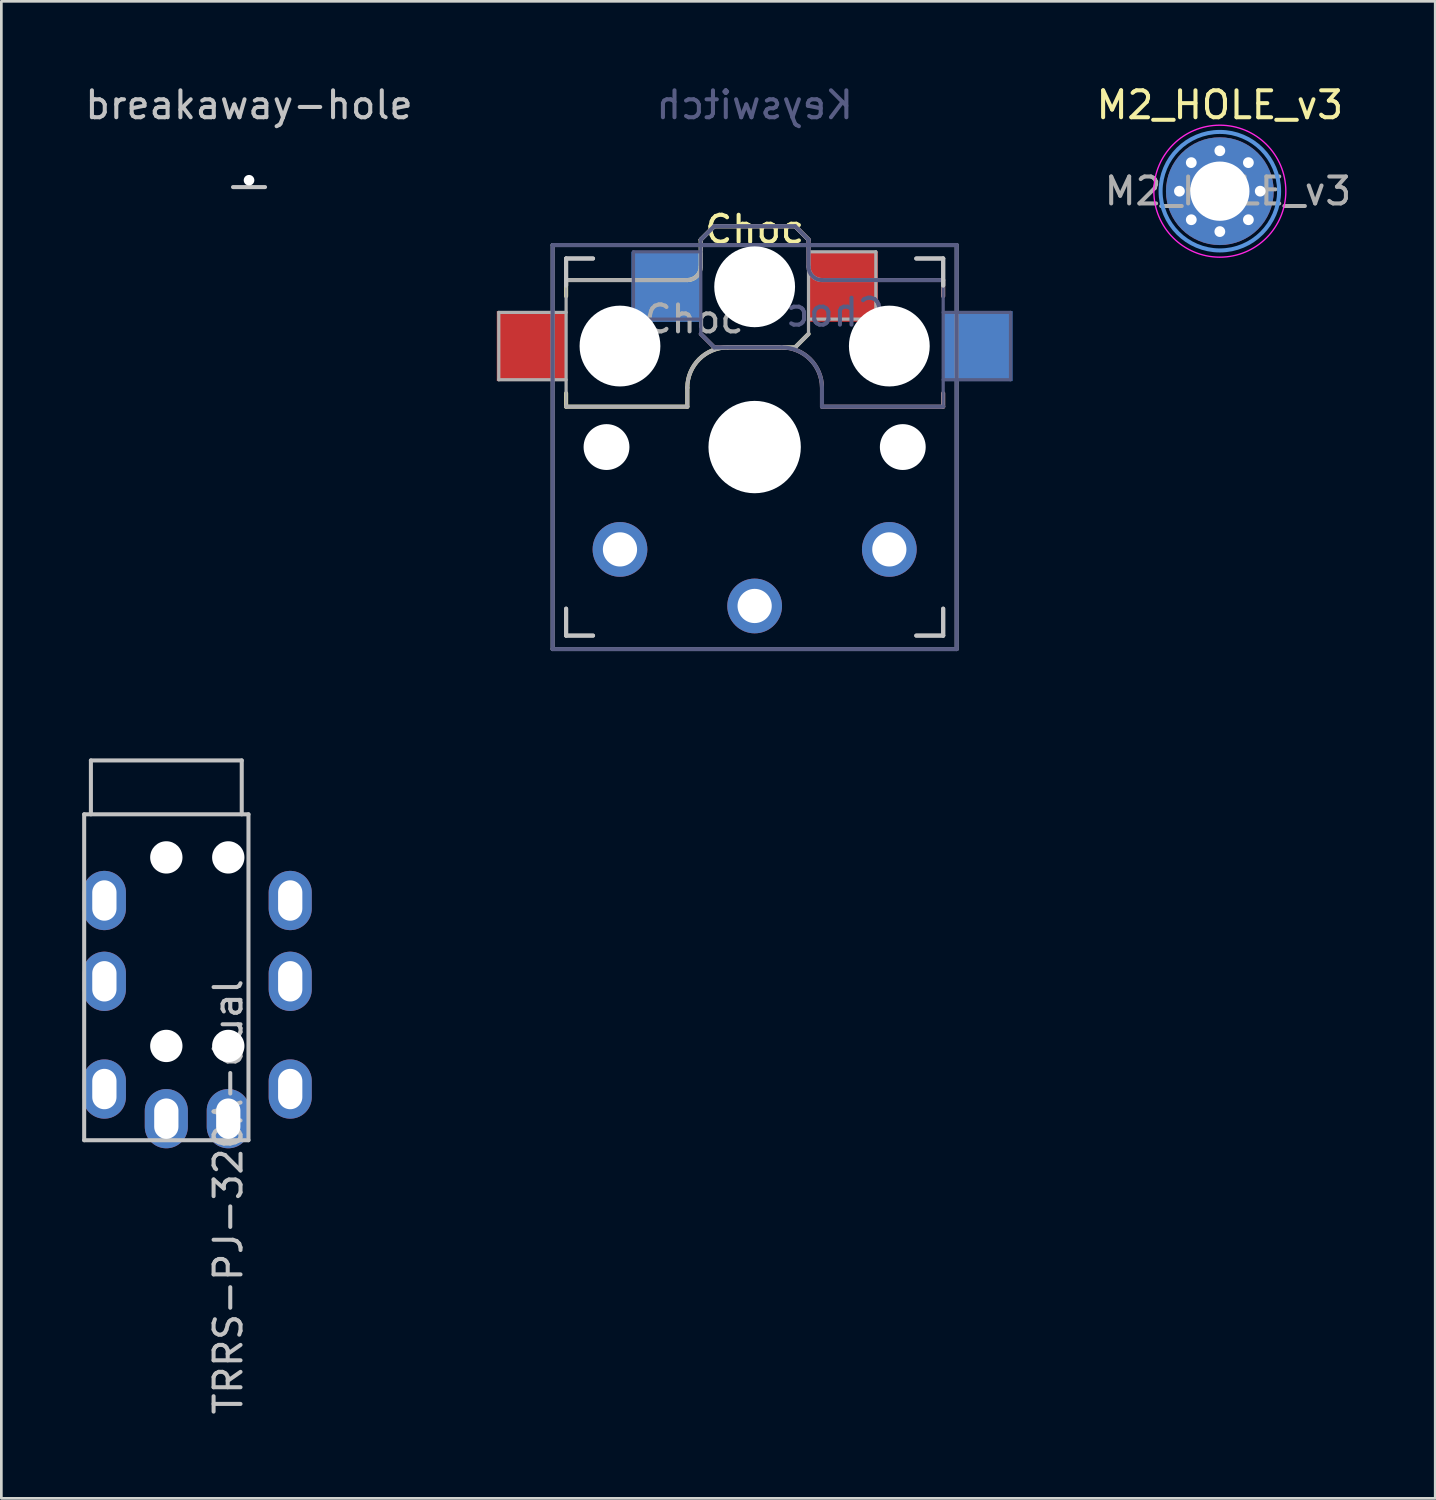
<source format=kicad_pcb>
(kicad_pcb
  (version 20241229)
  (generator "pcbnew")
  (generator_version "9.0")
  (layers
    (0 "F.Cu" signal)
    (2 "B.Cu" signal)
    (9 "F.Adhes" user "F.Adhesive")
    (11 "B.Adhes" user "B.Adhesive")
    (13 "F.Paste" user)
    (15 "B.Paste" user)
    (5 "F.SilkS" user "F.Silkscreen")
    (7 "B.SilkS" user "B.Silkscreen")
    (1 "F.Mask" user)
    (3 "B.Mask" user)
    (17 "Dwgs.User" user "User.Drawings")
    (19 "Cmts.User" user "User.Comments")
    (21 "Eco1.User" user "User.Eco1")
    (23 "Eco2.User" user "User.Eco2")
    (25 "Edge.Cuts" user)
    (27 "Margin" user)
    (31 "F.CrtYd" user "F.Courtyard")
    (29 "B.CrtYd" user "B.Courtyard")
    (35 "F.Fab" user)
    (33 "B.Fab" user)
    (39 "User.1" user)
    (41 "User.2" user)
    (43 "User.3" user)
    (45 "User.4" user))
  (footprint "Choc"
    (layer "F.Cu")
    (at 24.968 18.628)
    (property "Reference" "Choc" (at 0 -13.16 0) (layer "F.SilkS") (effects (font (size 1 1) (thickness 0.15))))
    (property "Value" "Keyswitch" (at 0 -4.66 0) (layer "Cmts.User") (hide yes) (effects (font (size 1 1) (thickness 0.15))))
    (attr through_hole)
    (fp_line (start -7 -11.28) (end -2.5 -11.28) (stroke (width 0.15) (type solid)) (layer "F.SilkS"))
    (fp_line (start -7 -10.68) (end -7 -11.28) (stroke (width 0.15) (type solid)) (layer "F.SilkS"))
    (fp_line (start -7 -6.58) (end -7 -7.08) (stroke (width 0.15) (type solid)) (layer "F.SilkS"))
    (fp_line (start -2.5 -7.28) (end -2.5 -6.58) (stroke (width 0.15) (type solid)) (layer "F.SilkS"))
    (fp_line (start -2.5 -6.58) (end -7 -6.58) (stroke (width 0.15) (type solid)) (layer "F.SilkS"))
    (fp_line (start -2 -11.78) (end -2 -12.78) (stroke (width 0.15) (type solid)) (layer "F.SilkS"))
    (fp_line (start -1.5 -13.28) (end -2 -12.78) (stroke (width 0.15) (type solid)) (layer "F.SilkS"))
    (fp_line (start 1.5 -13.28) (end -1.5 -13.28) (stroke (width 0.15) (type solid)) (layer "F.SilkS"))
    (fp_line (start 1.5 -8.78) (end -1 -8.78) (stroke (width 0.15) (type solid)) (layer "F.SilkS"))
    (fp_line (start 2 -12.78) (end 1.5 -13.28) (stroke (width 0.15) (type solid)) (layer "F.SilkS"))
    (fp_line (start 2 -9.28) (end 1.5 -8.78) (stroke (width 0.15) (type solid)) (layer "F.SilkS"))
    (fp_arc (start -2.5 -7.28) (mid -2.06066 -8.34066) (end -1 -8.78) (stroke (width 0.15) (type solid)) (layer "F.SilkS"))
    (fp_arc (start -2 -11.78) (mid -2.146447 -11.426447) (end -2.5 -11.28) (stroke (width 0.15) (type solid)) (layer "F.SilkS"))
    (fp_line (start -2 -12.78) (end -1.5 -13.28) (stroke (width 0.15) (type solid)) (layer "B.SilkS"))
    (fp_line (start -2 -9.28) (end -1.5 -8.78) (stroke (width 0.15) (type solid)) (layer "B.SilkS"))
    (fp_line (start -1.5 -13.28) (end 1.5 -13.28) (stroke (width 0.15) (type solid)) (layer "B.SilkS"))
    (fp_line (start -1.5 -8.78) (end 1 -8.78) (stroke (width 0.15) (type solid)) (layer "B.SilkS"))
    (fp_line (start 1.5 -13.28) (end 2 -12.78) (stroke (width 0.15) (type solid)) (layer "B.SilkS"))
    (fp_line (start 2 -11.78) (end 2 -12.78) (stroke (width 0.15) (type solid)) (layer "B.SilkS"))
    (fp_line (start 2.5 -7.28) (end 2.5 -6.58) (stroke (width 0.15) (type solid)) (layer "B.SilkS"))
    (fp_line (start 2.5 -6.58) (end 7 -6.58) (stroke (width 0.15) (type solid)) (layer "B.SilkS"))
    (fp_line (start 7 -11.28) (end 2.5 -11.28) (stroke (width 0.15) (type solid)) (layer "B.SilkS"))
    (fp_line (start 7 -10.68) (end 7 -11.28) (stroke (width 0.15) (type solid)) (layer "B.SilkS"))
    (fp_line (start 7 -6.58) (end 7 -7.08) (stroke (width 0.15) (type solid)) (layer "B.SilkS"))
    (fp_arc (start 1 -8.78) (mid 2.06066 -8.34066) (end 2.5 -7.28) (stroke (width 0.15) (type solid)) (layer "B.SilkS"))
    (fp_arc (start 2.5 -11.28) (mid 2.146447 -11.426447) (end 2 -11.78) (stroke (width 0.15) (type solid)) (layer "B.SilkS"))
    (fp_line (start -7 -12.08) (end -6 -12.08) (stroke (width 0.15) (type solid)) (layer "Dwgs.User"))
    (fp_line (start -7 -12.08) (end -6 -12.08) (stroke (width 0.15) (type solid)) (layer "Dwgs.User"))
    (fp_line (start -7 -11.08) (end -7 -12.08) (stroke (width 0.15) (type solid)) (layer "Dwgs.User"))
    (fp_line (start -7 -11.08) (end -7 -12.08) (stroke (width 0.15) (type solid)) (layer "Dwgs.User"))
    (fp_line (start -7 1.92) (end -7 0.92) (stroke (width 0.15) (type solid)) (layer "Dwgs.User"))
    (fp_line (start -7 1.92) (end -7 0.92) (stroke (width 0.15) (type solid)) (layer "Dwgs.User"))
    (fp_line (start -6 1.92) (end -7 1.92) (stroke (width 0.15) (type solid)) (layer "Dwgs.User"))
    (fp_line (start -6 1.92) (end -7 1.92) (stroke (width 0.15) (type solid)) (layer "Dwgs.User"))
    (fp_line (start 6 -12.08) (end 7 -12.08) (stroke (width 0.15) (type solid)) (layer "Dwgs.User"))
    (fp_line (start 6 -12.08) (end 7 -12.08) (stroke (width 0.15) (type solid)) (layer "Dwgs.User"))
    (fp_line (start 7 -12.08) (end 7 -11.08) (stroke (width 0.15) (type solid)) (layer "Dwgs.User"))
    (fp_line (start 7 -12.08) (end 7 -11.08) (stroke (width 0.15) (type solid)) (layer "Dwgs.User"))
    (fp_line (start 7 0.92) (end 7 1.92) (stroke (width 0.15) (type solid)) (layer "Dwgs.User"))
    (fp_line (start 7 0.92) (end 7 1.92) (stroke (width 0.15) (type solid)) (layer "Dwgs.User"))
    (fp_line (start 7 1.92) (end 6 1.92) (stroke (width 0.15) (type solid)) (layer "Dwgs.User"))
    (fp_line (start 7 1.92) (end 6 1.92) (stroke (width 0.15) (type solid)) (layer "Dwgs.User"))
    (fp_line (start -6.9 1.82) (end -6.9 -11.98) (stroke (width 0.15) (type solid)) (layer "Eco2.User"))
    (fp_line (start -6.9 1.82) (end 6.9 1.82) (stroke (width 0.15) (type solid)) (layer "Eco2.User"))
    (fp_line (start -2.6 -8.18) (end -2.6 -11.38) (stroke (width 0.15) (type solid)) (layer "Eco2.User"))
    (fp_line (start -2.6 -8.18) (end 2.6 -8.18) (stroke (width 0.15) (type solid)) (layer "Eco2.User"))
    (fp_line (start 2.6 -11.38) (end -2.6 -11.38) (stroke (width 0.15) (type solid)) (layer "Eco2.User"))
    (fp_line (start 2.6 -8.18) (end 2.6 -11.38) (stroke (width 0.15) (type solid)) (layer "Eco2.User"))
    (fp_line (start 6.9 -11.98) (end -6.9 -11.98) (stroke (width 0.15) (type solid)) (layer "Eco2.User"))
    (fp_line (start 6.9 -11.98) (end 6.9 1.82) (stroke (width 0.15) (type solid)) (layer "Eco2.User"))
    (fp_line (start -7.5 -12.58) (end 7.5 -12.58) (stroke (width 0.15) (type solid)) (layer "B.Fab"))
    (fp_line (start -7.5 2.42) (end -7.5 -12.58) (stroke (width 0.15) (type solid)) (layer "B.Fab"))
    (fp_line (start -4.5 -12.33) (end -2 -12.33) (stroke (width 0.12) (type solid)) (layer "B.Fab"))
    (fp_line (start -4.5 -9.83) (end -4.5 -12.33) (stroke (width 0.12) (type solid)) (layer "B.Fab"))
    (fp_line (start -2 -12.78) (end -1.5 -13.28) (stroke (width 0.15) (type solid)) (layer "B.Fab"))
    (fp_line (start -2 -9.83) (end -4.5 -9.83) (stroke (width 0.12) (type solid)) (layer "B.Fab"))
    (fp_line (start -2 -9.33) (end -2 -12.78) (stroke (width 0.12) (type solid)) (layer "B.Fab"))
    (fp_line (start -2 -9.28) (end -1.5 -8.78) (stroke (width 0.15) (type solid)) (layer "B.Fab"))
    (fp_line (start -1.5 -13.28) (end 1.5 -13.28) (stroke (width 0.15) (type solid)) (layer "B.Fab"))
    (fp_line (start -1.5 -8.78) (end 1 -8.78) (stroke (width 0.15) (type solid)) (layer "B.Fab"))
    (fp_line (start 1.5 -13.28) (end 2 -12.78) (stroke (width 0.15) (type solid)) (layer "B.Fab"))
    (fp_line (start 2 -11.78) (end 2 -12.78) (stroke (width 0.15) (type solid)) (layer "B.Fab"))
    (fp_line (start 2.5 -7.28) (end 2.5 -6.58) (stroke (width 0.15) (type solid)) (layer "B.Fab"))
    (fp_line (start 2.5 -6.58) (end 7 -6.58) (stroke (width 0.15) (type solid)) (layer "B.Fab"))
    (fp_line (start 7 -11.28) (end 2.5 -11.28) (stroke (width 0.15) (type solid)) (layer "B.Fab"))
    (fp_line (start 7 -10.08) (end 9.5 -10.08) (stroke (width 0.12) (type solid)) (layer "B.Fab"))
    (fp_line (start 7 -6.58) (end 7 -11.28) (stroke (width 0.12) (type solid)) (layer "B.Fab"))
    (fp_line (start 7.5 -12.58) (end 7.5 2.42) (stroke (width 0.15) (type solid)) (layer "B.Fab"))
    (fp_line (start 7.5 2.42) (end -7.5 2.42) (stroke (width 0.15) (type solid)) (layer "B.Fab"))
    (fp_line (start 9.5 -10.08) (end 9.5 -7.58) (stroke (width 0.12) (type solid)) (layer "B.Fab"))
    (fp_line (start 9.5 -7.58) (end 7 -7.58) (stroke (width 0.12) (type solid)) (layer "B.Fab"))
    (fp_arc (start 1 -8.78) (mid 2.06066 -8.34066) (end 2.5 -7.28) (stroke (width 0.15) (type solid)) (layer "B.Fab"))
    (fp_arc (start 2.5 -11.28) (mid 2.146447 -11.426447) (end 2 -11.78) (stroke (width 0.15) (type solid)) (layer "B.Fab"))
    (fp_line (start -9.5 -10.08) (end -9.5 -7.58) (stroke (width 0.12) (type solid)) (layer "F.Fab"))
    (fp_line (start -9.5 -7.58) (end -7 -7.58) (stroke (width 0.12) (type solid)) (layer "F.Fab"))
    (fp_line (start -7.5 -12.58) (end 7.5 -12.58) (stroke (width 0.15) (type solid)) (layer "F.Fab"))
    (fp_line (start -7.5 2.42) (end -7.5 -12.58) (stroke (width 0.15) (type solid)) (layer "F.Fab"))
    (fp_line (start -7 -11.28) (end -2.5 -11.28) (stroke (width 0.15) (type solid)) (layer "F.Fab"))
    (fp_line (start -7 -10.08) (end -9.5 -10.08) (stroke (width 0.12) (type solid)) (layer "F.Fab"))
    (fp_line (start -7 -6.58) (end -7 -11.28) (stroke (width 0.12) (type solid)) (layer "F.Fab"))
    (fp_line (start -2.5 -7.28) (end -2.5 -6.58) (stroke (width 0.15) (type solid)) (layer "F.Fab"))
    (fp_line (start -2.5 -6.58) (end -7 -6.58) (stroke (width 0.15) (type solid)) (layer "F.Fab"))
    (fp_line (start -2 -11.78) (end -2 -12.78) (stroke (width 0.15) (type solid)) (layer "F.Fab"))
    (fp_line (start -1.5 -13.28) (end -2 -12.78) (stroke (width 0.15) (type solid)) (layer "F.Fab"))
    (fp_line (start 1.5 -13.28) (end -1.5 -13.28) (stroke (width 0.15) (type solid)) (layer "F.Fab"))
    (fp_line (start 1.5 -8.78) (end -1 -8.78) (stroke (width 0.15) (type solid)) (layer "F.Fab"))
    (fp_line (start 2 -12.78) (end 1.5 -13.28) (stroke (width 0.15) (type solid)) (layer "F.Fab"))
    (fp_line (start 2 -9.83) (end 4.5 -9.83) (stroke (width 0.12) (type solid)) (layer "F.Fab"))
    (fp_line (start 2 -9.33) (end 2 -12.78) (stroke (width 0.12) (type solid)) (layer "F.Fab"))
    (fp_line (start 2 -9.28) (end 1.5 -8.78) (stroke (width 0.15) (type solid)) (layer "F.Fab"))
    (fp_line (start 4.5 -12.33) (end 2 -12.33) (stroke (width 0.12) (type solid)) (layer "F.Fab"))
    (fp_line (start 4.5 -9.83) (end 4.5 -12.33) (stroke (width 0.12) (type solid)) (layer "F.Fab"))
    (fp_line (start 7.5 -12.58) (end 7.5 2.42) (stroke (width 0.15) (type solid)) (layer "F.Fab"))
    (fp_line (start 7.5 2.42) (end -7.5 2.42) (stroke (width 0.15) (type solid)) (layer "F.Fab"))
    (fp_arc (start -2.5 -7.28) (mid -2.06066 -8.34066) (end -1 -8.78) (stroke (width 0.15) (type solid)) (layer "F.Fab"))
    (fp_arc (start -2 -11.78) (mid -2.146447 -11.426447) (end -2.5 -11.28) (stroke (width 0.15) (type solid)) (layer "F.Fab"))
    (fp_rect (start -9 3.42) (end 9 -13.58) (stroke (width 0.12) (type solid)) (fill no) (layer "User.9"))
    (fp_text user "${VALUE}" (at 0 -17.78 0) (layer "B.Fab") (effects (font (size 1 1) (thickness 0.15)) (justify mirror)))
    (fp_text user "${REFERENCE}" (at 3 -10.08 0) (layer "B.Fab") (effects (font (size 1 1) (thickness 0.15)) (justify mirror)))
    (fp_text user "${REFERENCE}" (at -2.25 -9.83 0) (layer "F.Fab") (effects (font (size 1 1) (thickness 0.15))))
    (pad "" np_thru_hole circle (at -5.5 -5.08) (size 1.702 1.702) (drill 1.702) (layers "*.Cu" "*.Mask"))
    (pad "" np_thru_hole circle (at -5 -8.83) (size 3 3) (drill 3) (layers "*.Cu" "*.Mask"))
    (pad "" np_thru_hole circle (at 0 -11.03) (size 3 3) (drill 3) (layers "*.Cu" "*.Mask"))
    (pad "" np_thru_hole circle (at 0 -5.08) (size 3.429 3.429) (drill 3.429) (layers "*.Cu" "*.Mask"))
    (pad "" np_thru_hole circle (at 5 -8.83) (size 3 3) (drill 3) (layers "*.Cu" "*.Mask"))
    (pad "" np_thru_hole circle (at 5.5 -5.08) (size 1.702 1.702) (drill 1.702) (layers "*.Cu" "*.Mask"))
    (pad "1" smd rect (at -3.275 -11.03) (size 2.6 2.6) (layers "B.Cu" "B.Mask" "B.Paste"))
    (pad "1" thru_hole circle (at 0 0.82) (size 2.032 2.032) (drill 1.27) (layers "*.Cu" "*.Mask"))
    (pad "1" smd rect (at 3.275 -11.03) (size 2.6 2.6) (layers "F.Cu" "F.Mask" "F.Paste"))
    (pad "2" smd rect (at -8.275 -8.83) (size 2.6 2.6) (layers "F.Cu" "F.Mask" "F.Paste"))
    (pad "2" thru_hole circle (at -5 -1.28) (size 2.032 2.032) (drill 1.27) (layers "*.Cu" "*.Mask"))
    (pad "2" thru_hole circle (at 5 -1.28) (size 2.032 2.032) (drill 1.27) (layers "*.Cu" "*.Mask"))
    (pad "2" smd rect (at 8.275 -8.83) (size 2.6 2.6) (layers "B.Cu" "B.Mask" "B.Paste")))
  (footprint "breakaway-hole"
    (layer "F.Cu")
    (at 6.196 3.896)
    (property "Reference" "breakaway-hole" (at 0 -3.048 0) (layer "Dwgs.User") (effects (font (size 1 1) (thickness 0.15))))
    (attr through_hole)
    (fp_line (start -0.595 0) (end 0.595 0) (stroke (width 0.15) (type solid)) (layer "Dwgs.User"))
    (pad "" np_thru_hole circle (at 0 -0.254) (size 0.394 0.394) (drill 0.394) (layers "*.Cu" "*.Mask")))
  (footprint "M2_HOLE_v3"
    (layer "F.Cu")
    (at 42.239 4.048)
    (property "Reference" "M2_HOLE_v3" (at 0 -3.2 0) (layer "F.SilkS") (effects (font (size 1 1) (thickness 0.15))))
    (attr exclude_from_pos_files)
    (fp_circle (center 0 0) (end 2.2 0) (stroke (width 0.15) (type solid)) (fill no) (layer "Cmts.User"))
    (fp_circle (center 0 0) (end 2.45 0) (stroke (width 0.05) (type solid)) (fill no) (layer "F.CrtYd"))
    (fp_text user "${REFERENCE}" (at 0.3 0 0) (layer "F.Fab") (effects (font (size 1 1) (thickness 0.15))))
    (pad "1" thru_hole circle (at -1.5 0) (size 0.5 0.5) (drill 0.4) (layers "*.Cu" "*.Mask"))
    (pad "1" thru_hole circle (at -1.06 -1.06) (size 0.5 0.5) (drill 0.4) (layers "*.Cu" "*.Mask"))
    (pad "1" thru_hole circle (at -1.06 1.06) (size 0.5 0.5) (drill 0.4) (layers "*.Cu" "*.Mask"))
    (pad "1" thru_hole circle (at 0 -1.5) (size 0.5 0.5) (drill 0.4) (layers "*.Cu" "*.Mask"))
    (pad "1" thru_hole circle (at 0 0) (size 4 4) (drill 2.2) (layers "*.Cu" "*.Mask"))
    (pad "1" thru_hole circle (at 0 1.5) (size 0.5 0.5) (drill 0.4) (layers "*.Cu" "*.Mask"))
    (pad "1" thru_hole circle (at 1.06 -1.06) (size 0.5 0.5) (drill 0.4) (layers "*.Cu" "*.Mask"))
    (pad "1" thru_hole circle (at 1.06 1.06) (size 0.5 0.5) (drill 0.4) (layers "*.Cu" "*.Mask"))
    (pad "1" thru_hole circle (at 1.5 0) (size 0.5 0.5) (drill 0.4) (layers "*.Cu" "*.Mask")))
  (footprint "TRRS-PJ-320A-dual"
    (layer "F.Cu")
    (at 5.425 27.183)
    (property "Reference" "TRRS-PJ-320A-dual" (at 0 14.2 90) (layer "Dwgs.User") (effects (font (size 1 1) (thickness 0.15))))
    (attr through_hole)
    (fp_line (start -5.35 0) (end -5.35 12.1) (stroke (width 0.15) (type solid)) (layer "Dwgs.User"))
    (fp_line (start -5.1 0) (end -5.1 -2) (stroke (width 0.15) (type solid)) (layer "Dwgs.User"))
    (fp_line (start 0.5 -2) (end -5.1 -2) (stroke (width 0.15) (type solid)) (layer "Dwgs.User"))
    (fp_line (start 0.5 0) (end 0.5 -2) (stroke (width 0.15) (type solid)) (layer "Dwgs.User"))
    (fp_line (start 0.75 0) (end -5.35 0) (stroke (width 0.15) (type solid)) (layer "Dwgs.User"))
    (fp_line (start 0.75 0) (end 0.75 12.1) (stroke (width 0.15) (type solid)) (layer "Dwgs.User"))
    (fp_line (start 0.75 12.1) (end -5.35 12.1) (stroke (width 0.15) (type solid)) (layer "Dwgs.User"))
    (pad "" np_thru_hole circle (at -2.3 1.6 90) (size 1.2 1.2) (drill 1.2) (layers "*.Cu" "*.Mask"))
    (pad "" np_thru_hole circle (at -2.3 8.6 90) (size 1.2 1.2) (drill 1.2) (layers "*.Cu" "*.Mask"))
    (pad "" np_thru_hole circle (at 0 1.6 90) (size 1.2 1.2) (drill 1.2) (layers "*.Cu" "*.Mask"))
    (pad "" np_thru_hole circle (at 0 8.6 90) (size 1.2 1.2) (drill 1.2) (layers "*.Cu" "*.Mask"))
    (pad "1" thru_hole oval (at -2.3 11.3) (size 1.6 2.2) (drill oval 0.9 1.5) (layers "*.Cu" "*.Mask"))
    (pad "1" thru_hole oval (at 0 11.3) (size 1.6 2.2) (drill oval 0.9 1.5) (layers "*.Cu" "*.Mask"))
    (pad "2" thru_hole oval (at -4.6 10.2) (size 1.6 2.2) (drill oval 0.9 1.5) (layers "*.Cu" "*.Mask"))
    (pad "2" thru_hole oval (at 2.3 10.2) (size 1.6 2.2) (drill oval 0.9 1.5) (layers "*.Cu" "*.Mask"))
    (pad "3" thru_hole oval (at -4.6 6.2) (size 1.6 2.2) (drill oval 0.9 1.5) (layers "*.Cu" "*.Mask"))
    (pad "3" thru_hole oval (at 2.3 6.2) (size 1.6 2.2) (drill oval 0.9 1.5) (layers "*.Cu" "*.Mask"))
    (pad "4" thru_hole oval (at -4.6 3.2) (size 1.6 2.2) (drill oval 0.9 1.5) (layers "*.Cu" "*.Mask"))
    (pad "4" thru_hole oval (at 2.3 3.2) (size 1.6 2.2) (drill oval 0.9 1.5) (layers "*.Cu" "*.Mask")))
  (gr_rect
    (start -3 -3)
    (end 50.236 52.58)
    (stroke (width 0.1) (type default))
    (fill no)
    (layer "Edge.Cuts")))
</source>
